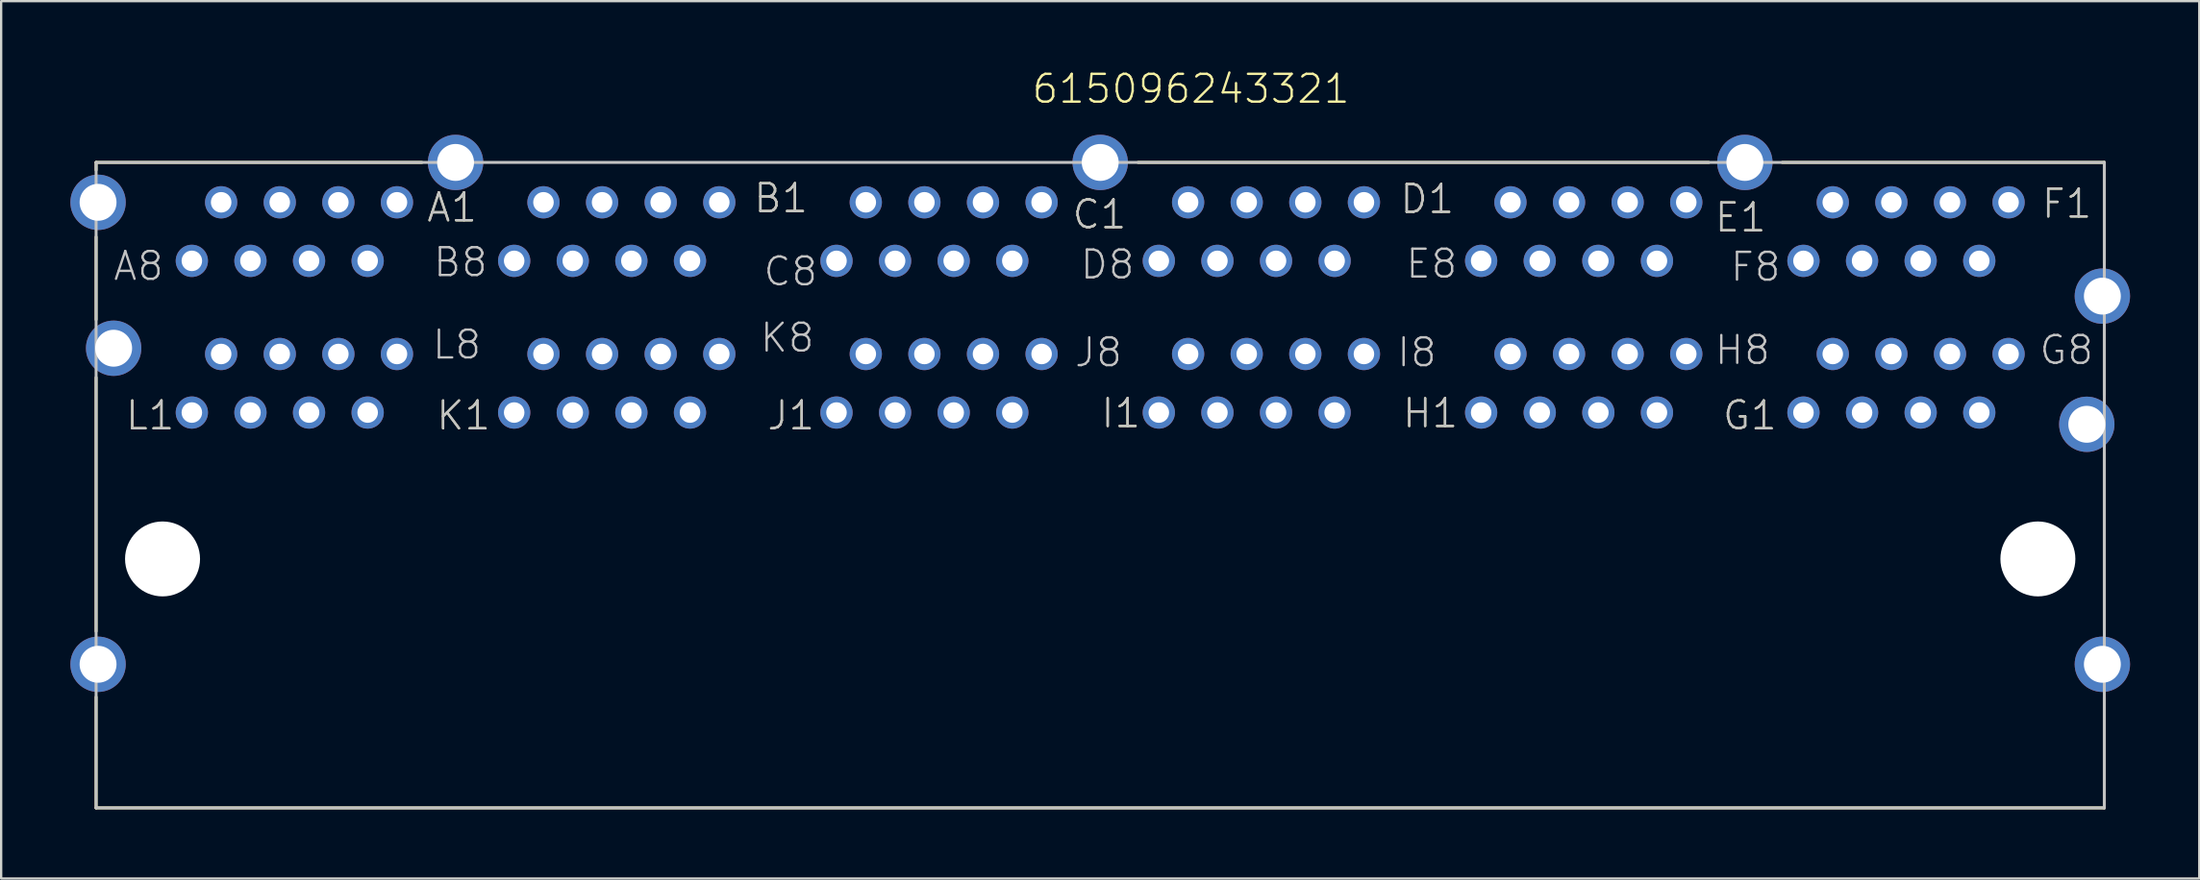
<source format=kicad_pcb>
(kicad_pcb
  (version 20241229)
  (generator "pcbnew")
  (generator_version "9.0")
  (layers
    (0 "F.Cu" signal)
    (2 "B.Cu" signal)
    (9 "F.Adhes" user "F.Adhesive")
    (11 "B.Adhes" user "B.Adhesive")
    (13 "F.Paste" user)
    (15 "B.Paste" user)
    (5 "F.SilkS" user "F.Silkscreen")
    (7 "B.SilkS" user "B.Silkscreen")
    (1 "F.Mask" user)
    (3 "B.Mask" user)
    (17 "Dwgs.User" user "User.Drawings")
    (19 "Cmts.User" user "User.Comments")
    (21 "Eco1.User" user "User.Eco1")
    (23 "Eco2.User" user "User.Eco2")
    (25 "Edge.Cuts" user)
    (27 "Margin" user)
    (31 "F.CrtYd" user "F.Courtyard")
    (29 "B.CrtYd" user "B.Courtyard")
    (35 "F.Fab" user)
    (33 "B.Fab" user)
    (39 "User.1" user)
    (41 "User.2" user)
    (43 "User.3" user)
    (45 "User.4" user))
  (footprint "615096243321"
    (layer "F.Cu")
    (at 44.635 21.196)
    (property "Reference" "615096243321" (at -3.025 -19.685 0) (layer "F.SilkS") (effects (font (size 1.206 1.206) (thickness 0.102)) (justify left bottom)))
    (attr through_hole)
    (fp_line (start -43.52 -17.2) (end -29.4 -17.2) (stroke (width 0.127) (type solid)) (layer "F.SilkS"))
    (fp_line (start -43.52 -16.87) (end -43.52 -17.2) (stroke (width 0.127) (type solid)) (layer "F.SilkS"))
    (fp_line (start -43.52 -13.97) (end -43.52 -10.38) (stroke (width 0.127) (type solid)) (layer "F.SilkS"))
    (fp_line (start -43.52 -7.87) (end -43.52 3.14) (stroke (width 0.127) (type solid)) (layer "F.SilkS"))
    (fp_line (start -43.52 10.8) (end -43.52 5.99) (stroke (width 0.127) (type solid)) (layer "F.SilkS"))
    (fp_line (start 1.64 -17.2) (end 26.38 -17.2) (stroke (width 0.127) (type solid)) (layer "F.SilkS"))
    (fp_line (start 29.56 -17.2) (end 43.52 -17.2) (stroke (width 0.127) (type solid)) (layer "F.SilkS"))
    (fp_line (start 43.52 -17.2) (end 43.52 -12.84) (stroke (width 0.127) (type solid)) (layer "F.SilkS"))
    (fp_line (start 43.52 -9.97) (end 43.52 -7.1) (stroke (width 0.127) (type solid)) (layer "F.SilkS"))
    (fp_line (start 43.52 -4.63) (end 43.52 3.1) (stroke (width 0.127) (type solid)) (layer "F.SilkS"))
    (fp_line (start 43.52 6.01) (end 43.52 10.8) (stroke (width 0.127) (type solid)) (layer "F.SilkS"))
    (fp_line (start 43.52 10.8) (end -43.52 10.8) (stroke (width 0.127) (type solid)) (layer "F.SilkS"))
    (fp_line (start -43.52 -17.2) (end 43.52 -17.2) (stroke (width 0.127) (type solid)) (layer "Dwgs.User"))
    (fp_line (start -43.52 10.8) (end -43.52 -17.2) (stroke (width 0.127) (type solid)) (layer "Dwgs.User"))
    (fp_line (start 43.52 -17.2) (end 43.52 10.8) (stroke (width 0.127) (type solid)) (layer "Dwgs.User"))
    (fp_line (start 43.52 10.8) (end -43.52 10.8) (stroke (width 0.127) (type solid)) (layer "Dwgs.User"))
    (fp_text user "L1" (at -42.305 -5.515 0) (layer "F.SilkS") (effects (font (size 1.206 1.206) (thickness 0.102)) (justify left bottom)))
    (fp_text user "A1" (at -29.25 -14.54 0) (layer "F.SilkS") (effects (font (size 1.206 1.206) (thickness 0.102)) (justify left bottom)))
    (fp_text user "H1" (at 13.04 -5.615 0) (layer "F.SilkS") (effects (font (size 1.206 1.206) (thickness 0.102)) (justify left bottom)))
    (fp_text user "K1" (at -28.835 -5.515 0) (layer "F.SilkS") (effects (font (size 1.206 1.206) (thickness 0.102)) (justify left bottom)))
    (fp_text user "F1" (at 40.735 -14.705 0) (layer "F.SilkS") (effects (font (size 1.206 1.206) (thickness 0.102)) (justify left bottom)))
    (fp_text user "E1" (at 26.565 -14.105 0) (layer "F.SilkS") (effects (font (size 1.206 1.206) (thickness 0.102)) (justify left bottom)))
    (fp_text user "J1" (at -14.5 -5.515 0) (layer "F.SilkS") (effects (font (size 1.206 1.206) (thickness 0.102)) (justify left bottom)))
    (fp_text user "C1" (at -1.275 -14.24 0) (layer "F.SilkS") (effects (font (size 1.206 1.206) (thickness 0.102)) (justify left bottom)))
    (fp_text user "I1" (at -0.03 -5.615 0) (layer "F.SilkS") (effects (font (size 1.206 1.206) (thickness 0.102)) (justify left bottom)))
    (fp_text user "B1" (at -15.08 -14.94 0) (layer "F.SilkS") (effects (font (size 1.206 1.206) (thickness 0.102)) (justify left bottom)))
    (fp_text user "D1" (at 12.93 -14.905 0) (layer "F.SilkS") (effects (font (size 1.206 1.206) (thickness 0.102)) (justify left bottom)))
    (fp_text user "G1" (at 26.91 -5.515 0) (layer "F.SilkS") (effects (font (size 1.206 1.206) (thickness 0.102)) (justify left bottom)))
    (fp_text user "H8" (at 26.565 -8.355 0) (layer "Dwgs.User") (effects (font (size 1.206 1.206) (thickness 0.102)) (justify left bottom)))
    (fp_text user "J8" (at -1.175 -8.255 0) (layer "Dwgs.User") (effects (font (size 1.206 1.206) (thickness 0.102)) (justify left bottom)))
    (fp_text user "F8" (at 27.245 -11.965 0) (layer "Dwgs.User") (effects (font (size 1.206 1.206) (thickness 0.102)) (justify left bottom)))
    (fp_text user "A8" (at -42.84 -12 0) (layer "Dwgs.User") (effects (font (size 1.206 1.206) (thickness 0.102)) (justify left bottom)))
    (fp_text user "I1" (at -0.03 -5.615 0) (layer "Dwgs.User") (effects (font (size 1.206 1.206) (thickness 0.102)) (justify left bottom)))
    (fp_text user "K8" (at -14.81 -8.89 0) (layer "Dwgs.User") (effects (font (size 1.206 1.206) (thickness 0.102)) (justify left bottom)))
    (fp_text user "F1" (at 40.735 -14.705 0) (layer "Dwgs.User") (effects (font (size 1.206 1.206) (thickness 0.102)) (justify left bottom)))
    (fp_text user "G8" (at 40.635 -8.355 0) (layer "Dwgs.User") (effects (font (size 1.206 1.206) (thickness 0.102)) (justify left bottom)))
    (fp_text user "L1" (at -42.305 -5.515 0) (layer "Dwgs.User") (effects (font (size 1.206 1.206) (thickness 0.102)) (justify left bottom)))
    (fp_text user "C1" (at -1.275 -14.24 0) (layer "Dwgs.User") (effects (font (size 1.206 1.206) (thickness 0.102)) (justify left bottom)))
    (fp_text user "C8" (at -14.665 -11.765 0) (layer "Dwgs.User") (effects (font (size 1.206 1.206) (thickness 0.102)) (justify left bottom)))
    (fp_text user "G1" (at 26.91 -5.515 0) (layer "Dwgs.User") (effects (font (size 1.206 1.206) (thickness 0.102)) (justify left bottom)))
    (fp_text user "A1" (at -29.25 -14.54 0) (layer "Dwgs.User") (effects (font (size 1.206 1.206) (thickness 0.102)) (justify left bottom)))
    (fp_text user "I8" (at 12.795 -8.255 0) (layer "Dwgs.User") (effects (font (size 1.206 1.206) (thickness 0.102)) (justify left bottom)))
    (fp_text user "L8" (at -29.015 -8.59 0) (layer "Dwgs.User") (effects (font (size 1.206 1.206) (thickness 0.102)) (justify left bottom)))
    (fp_text user "D8" (at -0.93 -12.065 0) (layer "Dwgs.User") (effects (font (size 1.206 1.206) (thickness 0.102)) (justify left bottom)))
    (fp_text user "E1" (at 26.565 -14.105 0) (layer "Dwgs.User") (effects (font (size 1.206 1.206) (thickness 0.102)) (justify left bottom)))
    (fp_text user "H1" (at 13.04 -5.615 0) (layer "Dwgs.User") (effects (font (size 1.206 1.206) (thickness 0.102)) (justify left bottom)))
    (fp_text user "B1" (at -15.08 -14.94 0) (layer "Dwgs.User") (effects (font (size 1.206 1.206) (thickness 0.102)) (justify left bottom)))
    (fp_text user "J1" (at -14.5 -5.515 0) (layer "Dwgs.User") (effects (font (size 1.206 1.206) (thickness 0.102)) (justify left bottom)))
    (fp_text user "B8" (at -28.97 -12.165 0) (layer "Dwgs.User") (effects (font (size 1.206 1.206) (thickness 0.102)) (justify left bottom)))
    (fp_text user "D1" (at 12.93 -14.905 0) (layer "Dwgs.User") (effects (font (size 1.206 1.206) (thickness 0.102)) (justify left bottom)))
    (fp_text user "E8" (at 13.175 -12.1 0) (layer "Dwgs.User") (effects (font (size 1.206 1.206) (thickness 0.102)) (justify left bottom)))
    (fp_text user "K1" (at -28.835 -5.515 0) (layer "Dwgs.User") (effects (font (size 1.206 1.206) (thickness 0.102)) (justify left bottom)))
    (pad "" np_thru_hole circle (at -40.64 0) (size 3.25 3.25) (drill 3.25) (layers "*.Cu"))
    (pad "" np_thru_hole circle (at 40.64 0) (size 3.25 3.25) (drill 3.25) (layers "*.Cu"))
    (pad "A1" thru_hole circle (at -30.48 -15.47) (size 1.398 1.398) (drill 0.89) (layers "*.Cu" "*.Mask"))
    (pad "A2" thru_hole circle (at -31.75 -12.93) (size 1.398 1.398) (drill 0.89) (layers "*.Cu" "*.Mask"))
    (pad "A3" thru_hole circle (at -33.02 -15.47) (size 1.398 1.398) (drill 0.89) (layers "*.Cu" "*.Mask"))
    (pad "A4" thru_hole circle (at -34.29 -12.93) (size 1.398 1.398) (drill 0.89) (layers "*.Cu" "*.Mask"))
    (pad "A5" thru_hole circle (at -35.56 -15.47) (size 1.398 1.398) (drill 0.89) (layers "*.Cu" "*.Mask"))
    (pad "A6" thru_hole circle (at -36.83 -12.93) (size 1.398 1.398) (drill 0.89) (layers "*.Cu" "*.Mask"))
    (pad "A7" thru_hole circle (at -38.1 -15.47) (size 1.398 1.398) (drill 0.89) (layers "*.Cu" "*.Mask"))
    (pad "A8" thru_hole circle (at -39.37 -12.93) (size 1.398 1.398) (drill 0.89) (layers "*.Cu" "*.Mask"))
    (pad "B1" thru_hole circle (at -16.51 -15.47) (size 1.398 1.398) (drill 0.89) (layers "*.Cu" "*.Mask"))
    (pad "B2" thru_hole circle (at -17.78 -12.93) (size 1.398 1.398) (drill 0.89) (layers "*.Cu" "*.Mask"))
    (pad "B3" thru_hole circle (at -19.05 -15.47) (size 1.398 1.398) (drill 0.89) (layers "*.Cu" "*.Mask"))
    (pad "B4" thru_hole circle (at -20.32 -12.93) (size 1.398 1.398) (drill 0.89) (layers "*.Cu" "*.Mask"))
    (pad "B5" thru_hole circle (at -21.59 -15.47) (size 1.398 1.398) (drill 0.89) (layers "*.Cu" "*.Mask"))
    (pad "B6" thru_hole circle (at -22.86 -12.93) (size 1.398 1.398) (drill 0.89) (layers "*.Cu" "*.Mask"))
    (pad "B7" thru_hole circle (at -24.13 -15.47) (size 1.398 1.398) (drill 0.89) (layers "*.Cu" "*.Mask"))
    (pad "B8" thru_hole circle (at -25.4 -12.93) (size 1.398 1.398) (drill 0.89) (layers "*.Cu" "*.Mask"))
    (pad "C1" thru_hole circle (at -2.54 -15.47) (size 1.398 1.398) (drill 0.89) (layers "*.Cu" "*.Mask"))
    (pad "C2" thru_hole circle (at -3.81 -12.93) (size 1.398 1.398) (drill 0.89) (layers "*.Cu" "*.Mask"))
    (pad "C3" thru_hole circle (at -5.08 -15.47) (size 1.398 1.398) (drill 0.89) (layers "*.Cu" "*.Mask"))
    (pad "C4" thru_hole circle (at -6.35 -12.93) (size 1.398 1.398) (drill 0.89) (layers "*.Cu" "*.Mask"))
    (pad "C5" thru_hole circle (at -7.62 -15.47) (size 1.398 1.398) (drill 0.89) (layers "*.Cu" "*.Mask"))
    (pad "C6" thru_hole circle (at -8.89 -12.93) (size 1.398 1.398) (drill 0.89) (layers "*.Cu" "*.Mask"))
    (pad "C7" thru_hole circle (at -10.16 -15.47) (size 1.398 1.398) (drill 0.89) (layers "*.Cu" "*.Mask"))
    (pad "C8" thru_hole circle (at -11.43 -12.93) (size 1.398 1.398) (drill 0.89) (layers "*.Cu" "*.Mask"))
    (pad "D1" thru_hole circle (at 11.43 -15.47) (size 1.398 1.398) (drill 0.89) (layers "*.Cu" "*.Mask"))
    (pad "D2" thru_hole circle (at 10.16 -12.93) (size 1.398 1.398) (drill 0.89) (layers "*.Cu" "*.Mask"))
    (pad "D3" thru_hole circle (at 8.89 -15.47) (size 1.398 1.398) (drill 0.89) (layers "*.Cu" "*.Mask"))
    (pad "D4" thru_hole circle (at 7.62 -12.93) (size 1.398 1.398) (drill 0.89) (layers "*.Cu" "*.Mask"))
    (pad "D5" thru_hole circle (at 6.35 -15.47) (size 1.398 1.398) (drill 0.89) (layers "*.Cu" "*.Mask"))
    (pad "D6" thru_hole circle (at 5.08 -12.93) (size 1.398 1.398) (drill 0.89) (layers "*.Cu" "*.Mask"))
    (pad "D7" thru_hole circle (at 3.81 -15.47) (size 1.398 1.398) (drill 0.89) (layers "*.Cu" "*.Mask"))
    (pad "D8" thru_hole circle (at 2.54 -12.93) (size 1.398 1.398) (drill 0.89) (layers "*.Cu" "*.Mask"))
    (pad "E1" thru_hole circle (at 25.4 -15.47) (size 1.398 1.398) (drill 0.89) (layers "*.Cu" "*.Mask"))
    (pad "E2" thru_hole circle (at 24.13 -12.93) (size 1.398 1.398) (drill 0.89) (layers "*.Cu" "*.Mask"))
    (pad "E3" thru_hole circle (at 22.86 -15.47) (size 1.398 1.398) (drill 0.89) (layers "*.Cu" "*.Mask"))
    (pad "E4" thru_hole circle (at 21.59 -12.93) (size 1.398 1.398) (drill 0.89) (layers "*.Cu" "*.Mask"))
    (pad "E5" thru_hole circle (at 20.32 -15.47) (size 1.398 1.398) (drill 0.89) (layers "*.Cu" "*.Mask"))
    (pad "E6" thru_hole circle (at 19.05 -12.93) (size 1.398 1.398) (drill 0.89) (layers "*.Cu" "*.Mask"))
    (pad "E7" thru_hole circle (at 17.78 -15.47) (size 1.398 1.398) (drill 0.89) (layers "*.Cu" "*.Mask"))
    (pad "E8" thru_hole circle (at 16.51 -12.93) (size 1.398 1.398) (drill 0.89) (layers "*.Cu" "*.Mask"))
    (pad "F1" thru_hole circle (at 39.37 -15.47) (size 1.398 1.398) (drill 0.89) (layers "*.Cu" "*.Mask"))
    (pad "F2" thru_hole circle (at 38.1 -12.93) (size 1.398 1.398) (drill 0.89) (layers "*.Cu" "*.Mask"))
    (pad "F3" thru_hole circle (at 36.83 -15.47) (size 1.398 1.398) (drill 0.89) (layers "*.Cu" "*.Mask"))
    (pad "F4" thru_hole circle (at 35.56 -12.93) (size 1.398 1.398) (drill 0.89) (layers "*.Cu" "*.Mask"))
    (pad "F5" thru_hole circle (at 34.29 -15.47) (size 1.398 1.398) (drill 0.89) (layers "*.Cu" "*.Mask"))
    (pad "F6" thru_hole circle (at 33.02 -12.93) (size 1.398 1.398) (drill 0.89) (layers "*.Cu" "*.Mask"))
    (pad "F7" thru_hole circle (at 31.75 -15.47) (size 1.398 1.398) (drill 0.89) (layers "*.Cu" "*.Mask"))
    (pad "F8" thru_hole circle (at 30.48 -12.93) (size 1.398 1.398) (drill 0.89) (layers "*.Cu" "*.Mask"))
    (pad "G1" thru_hole circle (at 30.48 -6.35) (size 1.398 1.398) (drill 0.89) (layers "*.Cu" "*.Mask"))
    (pad "G2" thru_hole circle (at 31.75 -8.89) (size 1.398 1.398) (drill 0.89) (layers "*.Cu" "*.Mask"))
    (pad "G3" thru_hole circle (at 33.02 -6.35) (size 1.398 1.398) (drill 0.89) (layers "*.Cu" "*.Mask"))
    (pad "G4" thru_hole circle (at 34.29 -8.89) (size 1.398 1.398) (drill 0.89) (layers "*.Cu" "*.Mask"))
    (pad "G5" thru_hole circle (at 35.56 -6.35) (size 1.398 1.398) (drill 0.89) (layers "*.Cu" "*.Mask"))
    (pad "G6" thru_hole circle (at 36.83 -8.89) (size 1.398 1.398) (drill 0.89) (layers "*.Cu" "*.Mask"))
    (pad "G7" thru_hole circle (at 38.1 -6.35) (size 1.398 1.398) (drill 0.89) (layers "*.Cu" "*.Mask"))
    (pad "G8" thru_hole circle (at 39.37 -8.89) (size 1.398 1.398) (drill 0.89) (layers "*.Cu" "*.Mask"))
    (pad "H1" thru_hole circle (at 16.51 -6.35) (size 1.398 1.398) (drill 0.89) (layers "*.Cu" "*.Mask"))
    (pad "H2" thru_hole circle (at 17.78 -8.89) (size 1.398 1.398) (drill 0.89) (layers "*.Cu" "*.Mask"))
    (pad "H3" thru_hole circle (at 19.05 -6.35) (size 1.398 1.398) (drill 0.89) (layers "*.Cu" "*.Mask"))
    (pad "H4" thru_hole circle (at 20.32 -8.89) (size 1.398 1.398) (drill 0.89) (layers "*.Cu" "*.Mask"))
    (pad "H5" thru_hole circle (at 21.59 -6.35) (size 1.398 1.398) (drill 0.89) (layers "*.Cu" "*.Mask"))
    (pad "H6" thru_hole circle (at 22.86 -8.89) (size 1.398 1.398) (drill 0.89) (layers "*.Cu" "*.Mask"))
    (pad "H7" thru_hole circle (at 24.13 -6.35) (size 1.398 1.398) (drill 0.89) (layers "*.Cu" "*.Mask"))
    (pad "H8" thru_hole circle (at 25.4 -8.89) (size 1.398 1.398) (drill 0.89) (layers "*.Cu" "*.Mask"))
    (pad "I1" thru_hole circle (at 2.54 -6.35) (size 1.398 1.398) (drill 0.89) (layers "*.Cu" "*.Mask"))
    (pad "I2" thru_hole circle (at 3.81 -8.89) (size 1.398 1.398) (drill 0.89) (layers "*.Cu" "*.Mask"))
    (pad "I3" thru_hole circle (at 5.08 -6.35) (size 1.398 1.398) (drill 0.89) (layers "*.Cu" "*.Mask"))
    (pad "I4" thru_hole circle (at 6.35 -8.89) (size 1.398 1.398) (drill 0.89) (layers "*.Cu" "*.Mask"))
    (pad "I5" thru_hole circle (at 7.62 -6.35) (size 1.398 1.398) (drill 0.89) (layers "*.Cu" "*.Mask"))
    (pad "I6" thru_hole circle (at 8.89 -8.89) (size 1.398 1.398) (drill 0.89) (layers "*.Cu" "*.Mask"))
    (pad "I7" thru_hole circle (at 10.16 -6.35) (size 1.398 1.398) (drill 0.89) (layers "*.Cu" "*.Mask"))
    (pad "I8" thru_hole circle (at 11.43 -8.89) (size 1.398 1.398) (drill 0.89) (layers "*.Cu" "*.Mask"))
    (pad "J1" thru_hole circle (at -11.43 -6.35) (size 1.398 1.398) (drill 0.89) (layers "*.Cu" "*.Mask"))
    (pad "J2" thru_hole circle (at -10.16 -8.89) (size 1.398 1.398) (drill 0.89) (layers "*.Cu" "*.Mask"))
    (pad "J3" thru_hole circle (at -8.89 -6.35) (size 1.398 1.398) (drill 0.89) (layers "*.Cu" "*.Mask"))
    (pad "J4" thru_hole circle (at -7.62 -8.89) (size 1.398 1.398) (drill 0.89) (layers "*.Cu" "*.Mask"))
    (pad "J5" thru_hole circle (at -6.35 -6.35) (size 1.398 1.398) (drill 0.89) (layers "*.Cu" "*.Mask"))
    (pad "J6" thru_hole circle (at -5.08 -8.89) (size 1.398 1.398) (drill 0.89) (layers "*.Cu" "*.Mask"))
    (pad "J7" thru_hole circle (at -3.81 -6.35) (size 1.398 1.398) (drill 0.89) (layers "*.Cu" "*.Mask"))
    (pad "J8" thru_hole circle (at -2.54 -8.89) (size 1.398 1.398) (drill 0.89) (layers "*.Cu" "*.Mask"))
    (pad "K1" thru_hole circle (at -25.4 -6.35) (size 1.398 1.398) (drill 0.89) (layers "*.Cu" "*.Mask"))
    (pad "K2" thru_hole circle (at -24.13 -8.89) (size 1.398 1.398) (drill 0.89) (layers "*.Cu" "*.Mask"))
    (pad "K3" thru_hole circle (at -22.86 -6.35) (size 1.398 1.398) (drill 0.89) (layers "*.Cu" "*.Mask"))
    (pad "K4" thru_hole circle (at -21.59 -8.89) (size 1.398 1.398) (drill 0.89) (layers "*.Cu" "*.Mask"))
    (pad "K5" thru_hole circle (at -20.32 -6.35) (size 1.398 1.398) (drill 0.89) (layers "*.Cu" "*.Mask"))
    (pad "K6" thru_hole circle (at -19.05 -8.89) (size 1.398 1.398) (drill 0.89) (layers "*.Cu" "*.Mask"))
    (pad "K7" thru_hole circle (at -17.78 -6.35) (size 1.398 1.398) (drill 0.89) (layers "*.Cu" "*.Mask"))
    (pad "K8" thru_hole circle (at -16.51 -8.89) (size 1.398 1.398) (drill 0.89) (layers "*.Cu" "*.Mask"))
    (pad "L1" thru_hole circle (at -39.37 -6.35) (size 1.398 1.398) (drill 0.89) (layers "*.Cu" "*.Mask"))
    (pad "L2" thru_hole circle (at -38.1 -8.89) (size 1.398 1.398) (drill 0.89) (layers "*.Cu" "*.Mask"))
    (pad "L3" thru_hole circle (at -36.83 -6.35) (size 1.398 1.398) (drill 0.89) (layers "*.Cu" "*.Mask"))
    (pad "L4" thru_hole circle (at -35.56 -8.89) (size 1.398 1.398) (drill 0.89) (layers "*.Cu" "*.Mask"))
    (pad "L5" thru_hole circle (at -34.29 -6.35) (size 1.398 1.398) (drill 0.89) (layers "*.Cu" "*.Mask"))
    (pad "L6" thru_hole circle (at -33.02 -8.89) (size 1.398 1.398) (drill 0.89) (layers "*.Cu" "*.Mask"))
    (pad "L7" thru_hole circle (at -31.75 -6.35) (size 1.398 1.398) (drill 0.89) (layers "*.Cu" "*.Mask"))
    (pad "L8" thru_hole circle (at -30.48 -8.89) (size 1.398 1.398) (drill 0.89) (layers "*.Cu" "*.Mask"))
    (pad "SHEL" thru_hole circle (at -43.435 -15.47) (size 2.4 2.4) (drill 1.6) (layers "*.Cu" "*.Mask"))
    (pad "SHEL" thru_hole circle (at -43.435 4.57) (size 2.4 2.4) (drill 1.6) (layers "*.Cu" "*.Mask"))
    (pad "SHEL" thru_hole circle (at -42.76 -9.14) (size 2.4 2.4) (drill 1.6) (layers "*.Cu" "*.Mask"))
    (pad "SHEL" thru_hole circle (at -27.94 -17.2) (size 2.4 2.4) (drill 1.6) (layers "*.Cu" "*.Mask"))
    (pad "SHEL" thru_hole circle (at 0 -17.2) (size 2.4 2.4) (drill 1.6) (layers "*.Cu" "*.Mask"))
    (pad "SHEL" thru_hole circle (at 27.94 -17.2) (size 2.4 2.4) (drill 1.6) (layers "*.Cu" "*.Mask"))
    (pad "SHEL" thru_hole circle (at 42.76 -5.84) (size 2.4 2.4) (drill 1.6) (layers "*.Cu" "*.Mask"))
    (pad "SHEL" thru_hole circle (at 43.435 -11.4) (size 2.4 2.4) (drill 1.6) (layers "*.Cu" "*.Mask"))
    (pad "SHEL" thru_hole circle (at 43.435 4.57) (size 2.4 2.4) (drill 1.6) (layers "*.Cu" "*.Mask")))
  (gr_rect
    (start -3 -3)
    (end 92.27 35.06)
    (stroke (width 0.1) (type default))
    (fill no)
    (layer "Edge.Cuts")))
</source>
